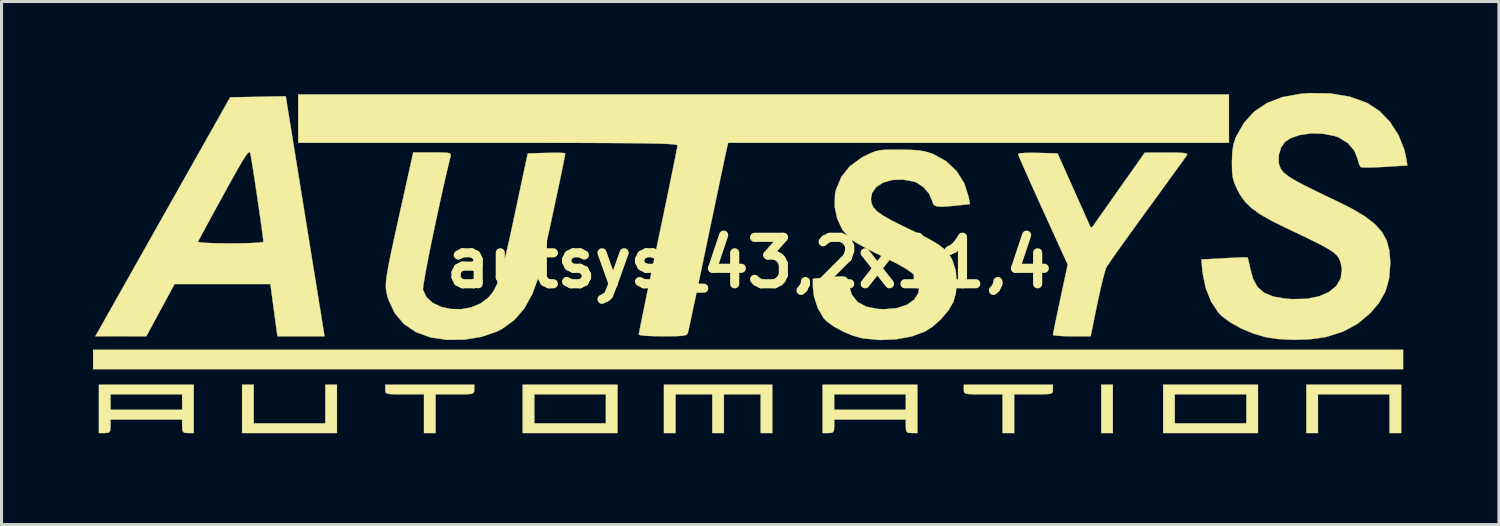
<source format=kicad_pcb>
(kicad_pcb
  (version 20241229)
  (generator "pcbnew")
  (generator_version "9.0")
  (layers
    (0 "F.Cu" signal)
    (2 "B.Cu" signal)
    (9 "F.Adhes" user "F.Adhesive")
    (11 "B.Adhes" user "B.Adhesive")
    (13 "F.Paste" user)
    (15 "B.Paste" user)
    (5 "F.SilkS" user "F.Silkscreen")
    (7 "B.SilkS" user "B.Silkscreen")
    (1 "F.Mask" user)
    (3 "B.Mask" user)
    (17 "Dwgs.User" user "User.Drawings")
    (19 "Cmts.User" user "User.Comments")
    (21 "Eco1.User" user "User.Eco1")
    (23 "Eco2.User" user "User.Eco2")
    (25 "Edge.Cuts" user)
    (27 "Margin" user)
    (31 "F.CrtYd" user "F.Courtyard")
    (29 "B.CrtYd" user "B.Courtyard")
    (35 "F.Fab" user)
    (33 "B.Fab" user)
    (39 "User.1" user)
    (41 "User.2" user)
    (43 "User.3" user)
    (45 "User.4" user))
  (footprint "autsys_43,2x11,4"
    (layer "F.Cu")
    (at 21.532 5.573)
    (property "Reference" "autsys_43,2x11,4" (at 0 0 0) (layer "F.SilkS") (effects (font (size 1.524 1.524) (thickness 0.3))))
    (attr through_hole)
    (fp_poly (pts (xy 11.938 5.588) (xy 11.557 5.588) (xy 11.557 4) (xy 11.938 4) (xy 11.938 5.588)) (stroke (width 0.01) (type solid)) (fill yes) (layer "F.SilkS"))
    (fp_poly (pts (xy 21.463 3.493) (xy -21.526 3.493) (xy -21.526 2.857) (xy 21.463 2.857) (xy 21.463 3.493)) (stroke (width 0.01) (type solid)) (fill yes) (layer "F.SilkS"))
    (fp_poly (pts (xy -16.256 5.271) (xy -13.906 5.271) (xy -13.906 4) (xy -13.525 4) (xy -13.525 5.588) (xy -16.637 5.588) (xy -16.637 4) (xy -16.256 4) (xy -16.256 5.271)) (stroke (width 0.01) (type solid)) (fill yes) (layer "F.SilkS"))
    (fp_poly (pts (xy 21.399 5.588) (xy 21.018 5.588) (xy 21.018 4.318) (xy 18.669 4.318) (xy 18.669 5.588) (xy 18.288 5.588) (xy 18.288 4) (xy 21.399 4) (xy 21.399 5.588)) (stroke (width 0.01) (type solid)) (fill yes) (layer "F.SilkS"))
    (fp_poly (pts (xy -4.318 5.588) (xy -7.429 5.588) (xy -7.429 4.318) (xy -7.048 4.318) (xy -7.048 5.271) (xy -4.699 5.271) (xy -4.699 4.318) (xy -7.048 4.318) (xy -7.429 4.318) (xy -7.429 4) (xy -4.318 4) (xy -4.318 5.588)) (stroke (width 0.01) (type solid)) (fill yes) (layer "F.SilkS"))
    (fp_poly (pts (xy 16.701 5.588) (xy 13.589 5.588) (xy 13.589 4.318) (xy 13.97 4.318) (xy 13.97 5.271) (xy 16.32 5.271) (xy 16.32 4.318) (xy 13.97 4.318) (xy 13.589 4.318) (xy 13.589 4) (xy 16.701 4) (xy 16.701 5.588)) (stroke (width 0.01) (type solid)) (fill yes) (layer "F.SilkS"))
    (fp_poly (pts (xy 0.762 5.588) (xy 0.381 5.588) (xy 0.381 4.318) (xy -0.826 4.318) (xy -0.826 5.588) (xy -1.206 5.588) (xy -1.206 4.318) (xy -2.413 4.318) (xy -2.413 5.588) (xy -2.794 5.588) (xy -2.794 4) (xy 0.762 4) (xy 0.762 5.588)) (stroke (width 0.01) (type solid)) (fill yes) (layer "F.SilkS"))
    (fp_poly (pts (xy -9.017 4.159) (xy -9.021 4.231) (xy -9.048 4.277) (xy -9.121 4.303) (xy -9.264 4.315) (xy -9.5 4.318) (xy -9.652 4.318) (xy -10.287 4.318) (xy -10.287 5.588) (xy -10.668 5.588) (xy -10.668 4.318) (xy -11.303 4.318) (xy -11.591 4.317) (xy -11.776 4.31) (xy -11.879 4.292) (xy -11.926 4.256) (xy -11.938 4.197) (xy -11.938 4.159) (xy -11.938 4) (xy -9.017 4) (xy -9.017 4.159)) (stroke (width 0.01) (type solid)) (fill yes) (layer "F.SilkS"))
    (fp_poly (pts (xy 9.97 4.159) (xy 9.966 4.231) (xy 9.939 4.277) (xy 9.865 4.303) (xy 9.722 4.315) (xy 9.486 4.318) (xy 9.335 4.318) (xy 8.7 4.318) (xy 8.7 5.588) (xy 8.319 5.588) (xy 8.319 4.318) (xy 7.684 4.318) (xy 7.395 4.317) (xy 7.211 4.31) (xy 7.107 4.292) (xy 7.061 4.256) (xy 7.049 4.197) (xy 7.048 4.159) (xy 7.048 4) (xy 9.97 4) (xy 9.97 4.159)) (stroke (width 0.01) (type solid)) (fill yes) (layer "F.SilkS"))
    (fp_poly (pts (xy -18.224 5.588) (xy -18.415 5.588) (xy -18.543 5.576) (xy -18.595 5.513) (xy -18.605 5.366) (xy -18.605 5.144) (xy -20.955 5.144) (xy -20.955 5.366) (xy -20.966 5.515) (xy -21.019 5.576) (xy -21.145 5.588) (xy -21.336 5.588) (xy -21.336 4.318) (xy -20.955 4.318) (xy -20.955 4.826) (xy -18.605 4.826) (xy -18.605 4.318) (xy -20.955 4.318) (xy -21.336 4.318) (xy -21.336 4) (xy -18.224 4) (xy -18.224 5.588)) (stroke (width 0.01) (type solid)) (fill yes) (layer "F.SilkS"))
    (fp_poly (pts (xy 5.524 5.588) (xy 5.334 5.588) (xy 5.206 5.576) (xy 5.154 5.513) (xy 5.144 5.366) (xy 5.144 5.144) (xy 2.794 5.144) (xy 2.794 5.366) (xy 2.783 5.515) (xy 2.73 5.576) (xy 2.603 5.588) (xy 2.413 5.588) (xy 2.413 4.318) (xy 2.794 4.318) (xy 2.794 4.826) (xy 5.144 4.826) (xy 5.144 4.318) (xy 2.794 4.318) (xy 2.413 4.318) (xy 2.413 4) (xy 5.524 4) (xy 5.524 5.588)) (stroke (width 0.01) (type solid)) (fill yes) (layer "F.SilkS"))
    (fp_poly (pts (xy -14.568 -1.526) (xy -13.932 2.413) (xy -15.478 2.413) (xy -15.708 0.699) (xy -18.853 0.699) (xy -19.317 1.555) (xy -19.78 2.411) (xy -21.453 2.413) (xy -19.958 -0.238) (xy -19.704 -0.688) (xy -18.087 -0.688) (xy -18.034 -0.671) (xy -17.874 -0.656) (xy -17.627 -0.644) (xy -17.314 -0.637) (xy -17.023 -0.635) (xy -16.668 -0.638) (xy -16.362 -0.646) (xy -16.125 -0.659) (xy -15.978 -0.675) (xy -15.938 -0.69) (xy -15.948 -0.788) (xy -15.973 -0.987) (xy -16.011 -1.266) (xy -16.059 -1.602) (xy -16.113 -1.971) (xy -16.169 -2.35) (xy -16.224 -2.718) (xy -16.276 -3.05) (xy -16.32 -3.324) (xy -16.353 -3.517) (xy -16.371 -3.606) (xy -16.393 -3.634) (xy -16.434 -3.613) (xy -16.5 -3.534) (xy -16.597 -3.386) (xy -16.731 -3.16) (xy -16.91 -2.845) (xy -17.139 -2.432) (xy -17.241 -2.246) (xy -17.46 -1.847) (xy -17.658 -1.483) (xy -17.828 -1.171) (xy -17.962 -0.924) (xy -18.051 -0.758) (xy -18.087 -0.689) (xy -18.087 -0.688) (xy -19.704 -0.688) (xy -19.626 -0.826) (xy -19.287 -1.427) (xy -18.951 -2.023) (xy -18.629 -2.594) (xy -18.331 -3.122) (xy -18.068 -3.588) (xy -17.851 -3.973) (xy -17.746 -4.159) (xy -17.03 -5.429) (xy -16.117 -5.447) (xy -15.205 -5.464) (xy -14.568 -1.526)) (stroke (width 0.01) (type solid)) (fill yes) (layer "F.SilkS"))
    (fp_poly (pts (xy 15.748 -3.937) (xy -0.685 -3.937) (xy -0.721 -3.793) (xy -0.741 -3.703) (xy -0.784 -3.502) (xy -0.848 -3.202) (xy -0.929 -2.817) (xy -1.025 -2.359) (xy -1.133 -1.842) (xy -1.251 -1.278) (xy -1.366 -0.729) (xy -1.49 -0.135) (xy -1.607 0.423) (xy -1.714 0.932) (xy -1.809 1.38) (xy -1.888 1.754) (xy -1.949 2.041) (xy -1.99 2.228) (xy -2.008 2.302) (xy -2.035 2.349) (xy -2.097 2.38) (xy -2.216 2.4) (xy -2.413 2.409) (xy -2.708 2.413) (xy -2.83 2.413) (xy -3.153 2.408) (xy -3.405 2.395) (xy -3.567 2.376) (xy -3.619 2.352) (xy -3.607 2.28) (xy -3.57 2.095) (xy -3.513 1.811) (xy -3.437 1.439) (xy -3.345 0.992) (xy -3.239 0.481) (xy -3.122 -0.08) (xy -2.996 -0.68) (xy -2.985 -0.737) (xy -2.858 -1.34) (xy -2.74 -1.907) (xy -2.633 -2.426) (xy -2.54 -2.882) (xy -2.462 -3.265) (xy -2.403 -3.562) (xy -2.364 -3.761) (xy -2.35 -3.849) (xy -2.349 -3.851) (xy -2.366 -3.865) (xy -2.42 -3.878) (xy -2.519 -3.889) (xy -2.67 -3.899) (xy -2.878 -3.908) (xy -3.152 -3.915) (xy -3.497 -3.921) (xy -3.921 -3.926) (xy -4.431 -3.929) (xy -5.033 -3.932) (xy -5.735 -3.935) (xy -6.542 -3.936) (xy -7.463 -3.937) (xy -8.503 -3.937) (xy -14.796 -3.937) (xy -14.796 -5.524) (xy 15.748 -5.524) (xy 15.748 -3.937)) (stroke (width 0.01) (type solid)) (fill yes) (layer "F.SilkS"))
    (fp_poly (pts (xy 14.024 -3.615) (xy 14.233 -3.605) (xy 14.346 -3.586) (xy 14.38 -3.556) (xy 14.374 -3.54) (xy 14.327 -3.471) (xy 14.213 -3.313) (xy 14.043 -3.077) (xy 13.825 -2.776) (xy 13.569 -2.423) (xy 13.283 -2.03) (xy 13.067 -1.734) (xy 12.763 -1.316) (xy 12.481 -0.925) (xy 12.229 -0.575) (xy 12.018 -0.277) (xy 11.857 -0.046) (xy 11.754 0.104) (xy 11.723 0.154) (xy 11.683 0.269) (xy 11.624 0.484) (xy 11.553 0.775) (xy 11.477 1.115) (xy 11.424 1.364) (xy 11.209 2.413) (xy 10.589 2.413) (xy 10.327 2.408) (xy 10.119 2.396) (xy 9.995 2.379) (xy 9.972 2.365) (xy 9.985 2.291) (xy 10.021 2.113) (xy 10.075 1.852) (xy 10.143 1.528) (xy 10.215 1.188) (xy 10.456 0.059) (xy 9.641 -1.73) (xy 9.44 -2.174) (xy 9.256 -2.582) (xy 9.097 -2.938) (xy 8.969 -3.228) (xy 8.879 -3.439) (xy 8.832 -3.554) (xy 8.826 -3.572) (xy 8.886 -3.592) (xy 9.045 -3.605) (xy 9.278 -3.609) (xy 9.475 -3.606) (xy 10.124 -3.588) (xy 10.65 -2.413) (xy 10.811 -2.053) (xy 10.955 -1.732) (xy 11.073 -1.467) (xy 11.158 -1.277) (xy 11.2 -1.181) (xy 11.203 -1.175) (xy 11.252 -1.164) (xy 11.291 -1.206) (xy 11.344 -1.285) (xy 11.459 -1.45) (xy 11.625 -1.686) (xy 11.83 -1.977) (xy 12.062 -2.306) (xy 12.169 -2.457) (xy 12.986 -3.613) (xy 13.704 -3.616) (xy 14.024 -3.615)) (stroke (width 0.01) (type solid)) (fill yes) (layer "F.SilkS"))
    (fp_poly (pts (xy -10.108 -3.618) (xy -9.927 -3.612) (xy -9.829 -3.594) (xy -9.792 -3.56) (xy -9.794 -3.504) (xy -9.8 -3.477) (xy -9.901 -3.059) (xy -10.008 -2.597) (xy -10.118 -2.106) (xy -10.227 -1.603) (xy -10.333 -1.105) (xy -10.432 -0.628) (xy -10.521 -0.188) (xy -10.595 0.199) (xy -10.652 0.515) (xy -10.689 0.745) (xy -10.702 0.871) (xy -10.7 0.886) (xy -10.587 1.128) (xy -10.382 1.316) (xy -10.108 1.446) (xy -9.79 1.516) (xy -9.451 1.523) (xy -9.115 1.463) (xy -8.806 1.333) (xy -8.568 1.152) (xy -8.458 1.028) (xy -8.36 0.882) (xy -8.27 0.699) (xy -8.182 0.466) (xy -8.091 0.167) (xy -7.994 -0.213) (xy -7.884 -0.687) (xy -7.757 -1.271) (xy -7.748 -1.314) (xy -7.653 -1.76) (xy -7.562 -2.187) (xy -7.48 -2.572) (xy -7.412 -2.891) (xy -7.363 -3.123) (xy -7.345 -3.207) (xy -7.262 -3.588) (xy -6.647 -3.606) (xy -6.386 -3.61) (xy -6.179 -3.607) (xy -6.056 -3.598) (xy -6.032 -3.589) (xy -6.046 -3.505) (xy -6.082 -3.316) (xy -6.138 -3.041) (xy -6.21 -2.696) (xy -6.293 -2.302) (xy -6.384 -1.877) (xy -6.478 -1.438) (xy -6.572 -1.005) (xy -6.661 -0.596) (xy -6.742 -0.23) (xy -6.811 0.075) (xy -6.864 0.3) (xy -6.896 0.427) (xy -6.896 0.427) (xy -7.109 1.019) (xy -7.378 1.501) (xy -7.708 1.883) (xy -8.107 2.171) (xy -8.28 2.259) (xy -8.783 2.431) (xy -9.344 2.522) (xy -9.918 2.529) (xy -10.453 2.45) (xy -10.93 2.277) (xy -11.321 2.013) (xy -11.623 1.661) (xy -11.829 1.227) (xy -11.852 1.153) (xy -11.884 1.037) (xy -11.907 0.927) (xy -11.919 0.811) (xy -11.918 0.674) (xy -11.902 0.504) (xy -11.869 0.286) (xy -11.817 0.006) (xy -11.744 -0.349) (xy -11.649 -0.792) (xy -11.528 -1.338) (xy -11.448 -1.699) (xy -11.022 -3.619) (xy -10.394 -3.619) (xy -10.108 -3.618)) (stroke (width 0.01) (type solid)) (fill yes) (layer "F.SilkS"))
    (fp_poly (pts (xy 4.947 -3.712) (xy 5.299 -3.706) (xy 5.56 -3.689) (xy 5.766 -3.655) (xy 5.953 -3.6) (xy 6.044 -3.566) (xy 6.466 -3.334) (xy 6.81 -3.009) (xy 7.062 -2.609) (xy 7.207 -2.153) (xy 7.25 -1.924) (xy 6.854 -1.883) (xy 6.522 -1.851) (xy 6.295 -1.84) (xy 6.151 -1.853) (xy 6.069 -1.893) (xy 6.027 -1.965) (xy 6.012 -2.023) (xy 5.907 -2.268) (xy 5.718 -2.487) (xy 5.483 -2.639) (xy 5.409 -2.665) (xy 5.038 -2.729) (xy 4.696 -2.716) (xy 4.403 -2.634) (xy 4.177 -2.489) (xy 4.037 -2.29) (xy 4 -2.096) (xy 4.018 -1.952) (xy 4.078 -1.821) (xy 4.195 -1.693) (xy 4.384 -1.556) (xy 4.657 -1.399) (xy 5.028 -1.212) (xy 5.221 -1.12) (xy 5.65 -0.913) (xy 5.978 -0.74) (xy 6.224 -0.59) (xy 6.404 -0.451) (xy 6.536 -0.309) (xy 6.637 -0.153) (xy 6.677 -0.075) (xy 6.779 0.247) (xy 6.816 0.624) (xy 6.786 1) (xy 6.703 1.29) (xy 6.537 1.57) (xy 6.294 1.856) (xy 6.013 2.104) (xy 5.781 2.252) (xy 5.343 2.416) (xy 4.832 2.511) (xy 4.288 2.535) (xy 3.747 2.482) (xy 3.683 2.47) (xy 3.389 2.386) (xy 3.077 2.254) (xy 2.785 2.094) (xy 2.552 1.926) (xy 2.446 1.817) (xy 2.252 1.481) (xy 2.129 1.096) (xy 2.095 0.795) (xy 2.095 0.526) (xy 2.524 0.486) (xy 2.83 0.458) (xy 3.032 0.447) (xy 3.155 0.462) (xy 3.22 0.51) (xy 3.253 0.599) (xy 3.274 0.735) (xy 3.373 1.052) (xy 3.562 1.287) (xy 3.845 1.44) (xy 4.226 1.515) (xy 4.445 1.524) (xy 4.848 1.487) (xy 5.175 1.381) (xy 5.415 1.214) (xy 5.555 0.993) (xy 5.588 0.797) (xy 5.569 0.639) (xy 5.504 0.496) (xy 5.379 0.358) (xy 5.178 0.213) (xy 4.89 0.048) (xy 4.499 -0.148) (xy 4.419 -0.187) (xy 4.091 -0.348) (xy 3.788 -0.506) (xy 3.536 -0.647) (xy 3.362 -0.756) (xy 3.315 -0.791) (xy 3.065 -1.081) (xy 2.893 -1.444) (xy 2.808 -1.846) (xy 2.821 -2.252) (xy 2.851 -2.391) (xy 3.027 -2.817) (xy 3.306 -3.168) (xy 3.69 -3.448) (xy 3.772 -3.492) (xy 3.965 -3.588) (xy 4.121 -3.651) (xy 4.273 -3.689) (xy 4.456 -3.707) (xy 4.707 -3.712) (xy 4.947 -3.712)) (stroke (width 0.01) (type solid)) (fill yes) (layer "F.SilkS"))
    (fp_poly (pts (xy 19.081 -5.556) (xy 19.717 -5.449) (xy 20.277 -5.247) (xy 20.299 -5.236) (xy 20.691 -4.978) (xy 21.034 -4.622) (xy 21.31 -4.194) (xy 21.5 -3.721) (xy 21.564 -3.437) (xy 21.603 -3.193) (xy 20.868 -3.148) (xy 20.572 -3.133) (xy 20.323 -3.126) (xy 20.147 -3.128) (xy 20.074 -3.138) (xy 20.025 -3.219) (xy 19.98 -3.371) (xy 19.975 -3.398) (xy 19.86 -3.683) (xy 19.646 -3.929) (xy 19.356 -4.11) (xy 19.223 -4.159) (xy 18.833 -4.235) (xy 18.436 -4.245) (xy 18.065 -4.191) (xy 17.752 -4.079) (xy 17.586 -3.965) (xy 17.458 -3.781) (xy 17.384 -3.535) (xy 17.38 -3.288) (xy 17.383 -3.275) (xy 17.413 -3.161) (xy 17.465 -3.058) (xy 17.551 -2.956) (xy 17.684 -2.848) (xy 17.875 -2.727) (xy 18.139 -2.582) (xy 18.485 -2.408) (xy 18.928 -2.194) (xy 19.249 -2.042) (xy 19.785 -1.774) (xy 20.208 -1.523) (xy 20.531 -1.275) (xy 20.764 -1.018) (xy 20.92 -0.739) (xy 21.008 -0.424) (xy 21.041 -0.061) (xy 21.042 0.032) (xy 21.003 0.527) (xy 20.882 0.947) (xy 20.666 1.326) (xy 20.393 1.645) (xy 19.971 2.001) (xy 19.496 2.259) (xy 18.941 2.433) (xy 18.89 2.444) (xy 18.416 2.51) (xy 17.886 2.53) (xy 17.359 2.503) (xy 16.954 2.441) (xy 16.551 2.324) (xy 16.151 2.157) (xy 15.79 1.956) (xy 15.503 1.741) (xy 15.403 1.638) (xy 15.163 1.274) (xy 14.985 0.83) (xy 14.885 0.341) (xy 14.879 0.284) (xy 14.843 -0.107) (xy 15.591 -0.149) (xy 15.884 -0.164) (xy 16.128 -0.173) (xy 16.295 -0.176) (xy 16.361 -0.171) (xy 16.384 -0.101) (xy 16.419 0.053) (xy 16.444 0.179) (xy 16.541 0.533) (xy 16.688 0.798) (xy 16.903 0.985) (xy 17.2 1.108) (xy 17.595 1.176) (xy 17.818 1.193) (xy 18.293 1.183) (xy 18.7 1.103) (xy 19.03 0.959) (xy 19.273 0.759) (xy 19.417 0.51) (xy 19.454 0.22) (xy 19.423 0.039) (xy 19.39 -0.07) (xy 19.346 -0.165) (xy 19.28 -0.253) (xy 19.176 -0.344) (xy 19.024 -0.445) (xy 18.811 -0.564) (xy 18.522 -0.711) (xy 18.146 -0.894) (xy 17.67 -1.12) (xy 17.585 -1.16) (xy 17.124 -1.389) (xy 16.765 -1.595) (xy 16.49 -1.794) (xy 16.279 -2) (xy 16.115 -2.228) (xy 16.02 -2.403) (xy 15.928 -2.608) (xy 15.875 -2.793) (xy 15.851 -3.006) (xy 15.846 -3.296) (xy 15.846 -3.302) (xy 15.858 -3.635) (xy 15.896 -3.887) (xy 15.968 -4.103) (xy 15.985 -4.142) (xy 16.249 -4.602) (xy 16.586 -4.969) (xy 17.001 -5.245) (xy 17.503 -5.436) (xy 18.096 -5.545) (xy 18.383 -5.568) (xy 19.081 -5.556)) (stroke (width 0.01) (type solid)) (fill yes) (layer "F.SilkS")))
  (gr_rect
    (start -3 -3)
    (end 46.14 14.166)
    (stroke (width 0.1) (type default))
    (fill no)
    (layer "Edge.Cuts")))
</source>
